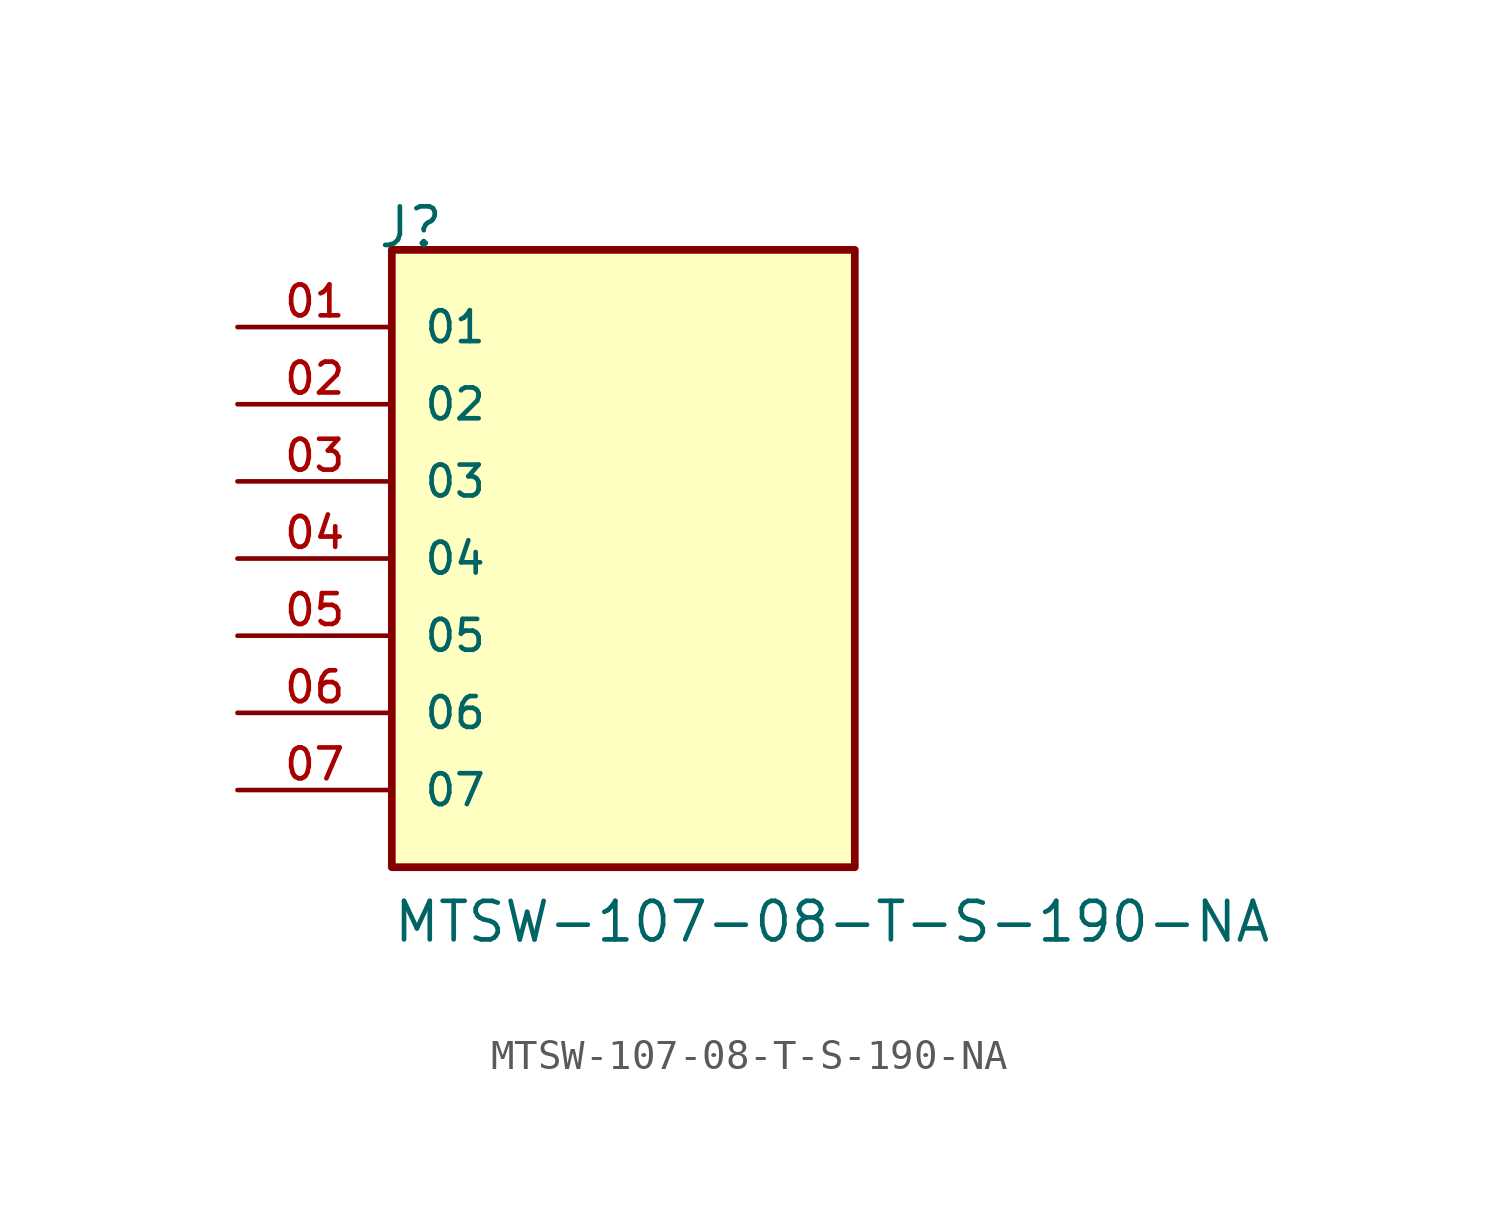
<source format=kicad_sym>
(kicad_symbol_lib
  (version 20211014)
  (generator kicad_symbol_editor)
  (symbol "MTSW-107-08-T-S-190-NA"
    (pin_names
      (offset 1.016))
    (property "Reference" "J"
      (at -8.12 10.16 0)
      (effects (font (size 1.27 1.27)) (justify bottom left)))
    (property "Value" "MTSW-107-08-T-S-190-NA"
      (at -7.62 -12.7 0)
      (effects (font (size 1.27 1.27)) (justify bottom left)))
    (symbol "MTSW-107-08-T-S-190-NA_0_0"
      (rectangle (start -7.62 -10.16) (end 7.62 10.16) (stroke (width 0.254)) (fill (type background)))
      (pin passive line (at -12.7 7.62 0) (length 5.08) (name "01" (effects (font (size 1.016 1.016)))) (number "01" (effects (font (size 1.016 1.016)))))
      (pin passive line (at -12.7 5.08 0) (length 5.08) (name "02" (effects (font (size 1.016 1.016)))) (number "02" (effects (font (size 1.016 1.016)))))
      (pin passive line (at -12.7 2.54 0) (length 5.08) (name "03" (effects (font (size 1.016 1.016)))) (number "03" (effects (font (size 1.016 1.016)))))
      (pin passive line (at -12.7 0.0 0) (length 5.08) (name "04" (effects (font (size 1.016 1.016)))) (number "04" (effects (font (size 1.016 1.016)))))
      (pin passive line (at -12.7 -2.54 0) (length 5.08) (name "05" (effects (font (size 1.016 1.016)))) (number "05" (effects (font (size 1.016 1.016)))))
      (pin passive line (at -12.7 -5.08 0) (length 5.08) (name "06" (effects (font (size 1.016 1.016)))) (number "06" (effects (font (size 1.016 1.016)))))
      (pin passive line (at -12.7 -7.62 0) (length 5.08) (name "07" (effects (font (size 1.016 1.016)))) (number "07" (effects (font (size 1.016 1.016))))))))
</source>
